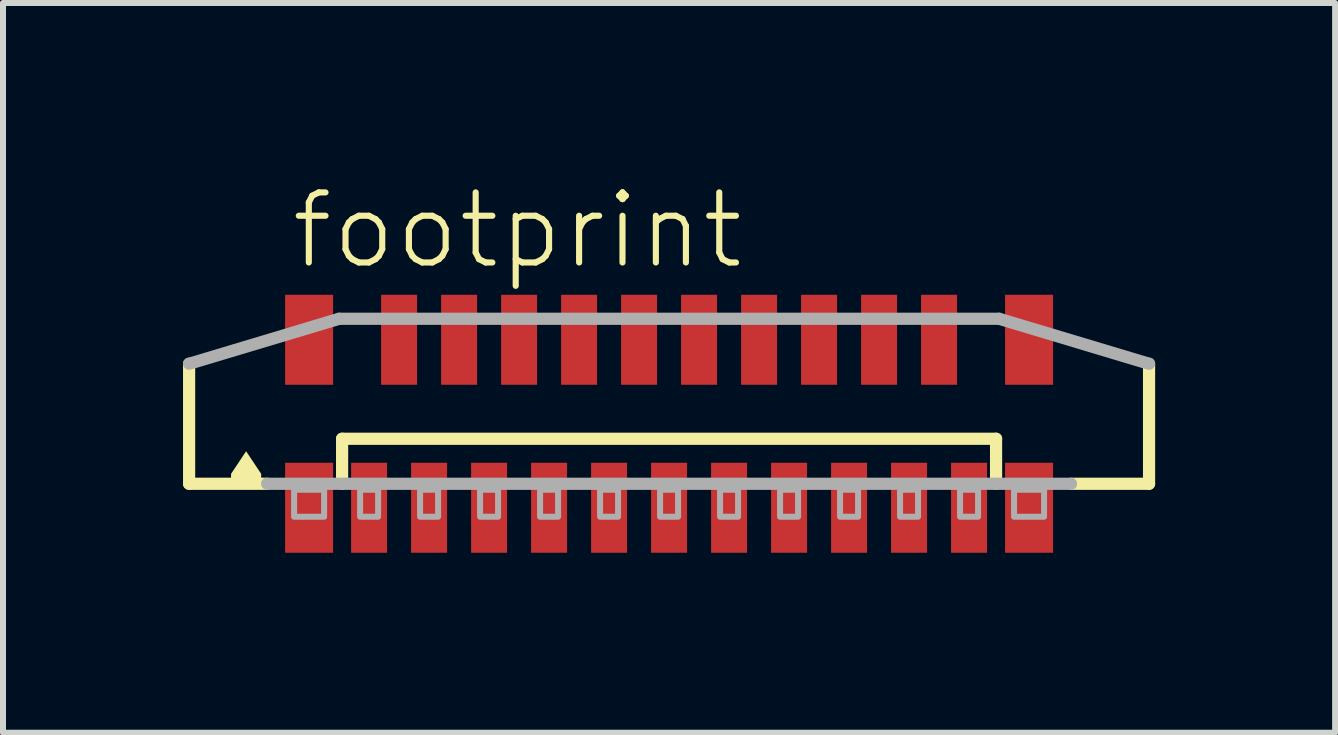
<source format=kicad_pcb>
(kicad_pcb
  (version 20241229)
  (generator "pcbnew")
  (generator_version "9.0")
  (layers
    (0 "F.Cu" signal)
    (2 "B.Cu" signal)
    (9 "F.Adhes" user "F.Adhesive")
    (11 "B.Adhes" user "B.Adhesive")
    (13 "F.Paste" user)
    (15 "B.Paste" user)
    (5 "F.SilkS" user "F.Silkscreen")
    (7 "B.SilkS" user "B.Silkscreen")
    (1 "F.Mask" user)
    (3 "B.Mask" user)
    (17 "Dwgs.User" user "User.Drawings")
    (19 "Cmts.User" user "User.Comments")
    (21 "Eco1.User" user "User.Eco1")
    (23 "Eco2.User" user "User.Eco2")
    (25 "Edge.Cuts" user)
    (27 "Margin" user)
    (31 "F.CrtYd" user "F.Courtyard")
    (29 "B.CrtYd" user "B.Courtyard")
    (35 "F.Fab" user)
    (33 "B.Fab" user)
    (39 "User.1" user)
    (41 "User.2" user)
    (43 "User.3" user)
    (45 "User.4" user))
  (footprint "footprint"
    (layer "F.Cu")
    (at 8.102 4.013)
    (property "Reference" "footprint" (at -6.35 -2.54 0) (layer "F.SilkS") (effects (font (size 1.168 1.168) (thickness 0.102)) (justify left bottom)))
    (fp_line (start -8 1) (end -8 -1) (stroke (width 0.203) (type solid)) (layer "F.SilkS"))
    (fp_line (start -6.7 1) (end -8 1) (stroke (width 0.203) (type solid)) (layer "F.SilkS"))
    (fp_line (start -5.45 0.25) (end 5.45 0.25) (stroke (width 0.203) (type solid)) (layer "F.SilkS"))
    (fp_line (start -5.45 1) (end -5.45 0.25) (stroke (width 0.203) (type solid)) (layer "F.SilkS"))
    (fp_line (start 5.45 0.25) (end 5.45 1) (stroke (width 0.203) (type solid)) (layer "F.SilkS"))
    (fp_line (start 8 -1) (end 8 1) (stroke (width 0.203) (type solid)) (layer "F.SilkS"))
    (fp_line (start 8 1) (end 6.7 1) (stroke (width 0.203) (type solid)) (layer "F.SilkS"))
    (fp_poly (pts (xy -6.799 0.835) (xy -6.799 1.001) (xy -7.301 1.001) (xy -7.301 0.835) (xy -7.05 0.458)) (stroke (width 0) (type solid)) (fill yes) (layer "F.SilkS"))
    (fp_line (start -8 -1) (end -5.5 -1.75) (stroke (width 0.203) (type solid)) (layer "F.Fab"))
    (fp_line (start -5.5 -1.75) (end 5.5 -1.75) (stroke (width 0.203) (type solid)) (layer "F.Fab"))
    (fp_line (start 5.5 -1.75) (end 8 -1) (stroke (width 0.203) (type solid)) (layer "F.Fab"))
    (fp_line (start 6.7 1) (end -6.7 1) (stroke (width 0.203) (type solid)) (layer "F.Fab"))
    (fp_poly (pts (xy -6.25 1.55) (xy -5.75 1.55) (xy -5.75 1.1) (xy -6.25 1.1)) (stroke (width 0.1) (type solid)) (fill no) (layer "F.Fab"))
    (fp_poly (pts (xy -5.15 1.55) (xy -4.85 1.55) (xy -4.85 1.1) (xy -5.15 1.1)) (stroke (width 0.1) (type solid)) (fill no) (layer "F.Fab"))
    (fp_poly (pts (xy -4.15 1.55) (xy -3.85 1.55) (xy -3.85 1.1) (xy -4.15 1.1)) (stroke (width 0.1) (type solid)) (fill no) (layer "F.Fab"))
    (fp_poly (pts (xy -3.15 1.55) (xy -2.85 1.55) (xy -2.85 1.1) (xy -3.15 1.1)) (stroke (width 0.1) (type solid)) (fill no) (layer "F.Fab"))
    (fp_poly (pts (xy -2.15 1.55) (xy -1.85 1.55) (xy -1.85 1.1) (xy -2.15 1.1)) (stroke (width 0.1) (type solid)) (fill no) (layer "F.Fab"))
    (fp_poly (pts (xy -1.15 1.55) (xy -0.85 1.55) (xy -0.85 1.1) (xy -1.15 1.1)) (stroke (width 0.1) (type solid)) (fill no) (layer "F.Fab"))
    (fp_poly (pts (xy -0.15 1.55) (xy 0.15 1.55) (xy 0.15 1.1) (xy -0.15 1.1)) (stroke (width 0.1) (type solid)) (fill no) (layer "F.Fab"))
    (fp_poly (pts (xy 0.85 1.55) (xy 1.15 1.55) (xy 1.15 1.1) (xy 0.85 1.1)) (stroke (width 0.1) (type solid)) (fill no) (layer "F.Fab"))
    (fp_poly (pts (xy 1.85 1.55) (xy 2.15 1.55) (xy 2.15 1.1) (xy 1.85 1.1)) (stroke (width 0.1) (type solid)) (fill no) (layer "F.Fab"))
    (fp_poly (pts (xy 2.85 1.55) (xy 3.15 1.55) (xy 3.15 1.1) (xy 2.85 1.1)) (stroke (width 0.1) (type solid)) (fill no) (layer "F.Fab"))
    (fp_poly (pts (xy 3.85 1.55) (xy 4.15 1.55) (xy 4.15 1.1) (xy 3.85 1.1)) (stroke (width 0.1) (type solid)) (fill no) (layer "F.Fab"))
    (fp_poly (pts (xy 4.85 1.55) (xy 5.15 1.55) (xy 5.15 1.1) (xy 4.85 1.1)) (stroke (width 0.1) (type solid)) (fill no) (layer "F.Fab"))
    (fp_poly (pts (xy 5.75 1.55) (xy 6.25 1.55) (xy 6.25 1.1) (xy 5.75 1.1)) (stroke (width 0.1) (type solid)) (fill no) (layer "F.Fab"))
    (pad "1" smd rect (at -5 1.4) (size 0.6 1.5) (layers "F.Cu" "F.Mask" "F.Paste"))
    (pad "2" smd rect (at -4.5 -1.4 180) (size 0.6 1.5) (layers "F.Cu" "F.Mask" "F.Paste"))
    (pad "3" smd rect (at -4 1.4) (size 0.6 1.5) (layers "F.Cu" "F.Mask" "F.Paste"))
    (pad "4" smd rect (at -3.5 -1.4 180) (size 0.6 1.5) (layers "F.Cu" "F.Mask" "F.Paste"))
    (pad "5" smd rect (at -3 1.4) (size 0.6 1.5) (layers "F.Cu" "F.Mask" "F.Paste"))
    (pad "6" smd rect (at -2.5 -1.4 180) (size 0.6 1.5) (layers "F.Cu" "F.Mask" "F.Paste"))
    (pad "7" smd rect (at -2 1.4) (size 0.6 1.5) (layers "F.Cu" "F.Mask" "F.Paste"))
    (pad "8" smd rect (at -1.5 -1.4 180) (size 0.6 1.5) (layers "F.Cu" "F.Mask" "F.Paste"))
    (pad "9" smd rect (at -1 1.4) (size 0.6 1.5) (layers "F.Cu" "F.Mask" "F.Paste"))
    (pad "10" smd rect (at -0.5 -1.4 180) (size 0.6 1.5) (layers "F.Cu" "F.Mask" "F.Paste"))
    (pad "11" smd rect (at 0 1.4) (size 0.6 1.5) (layers "F.Cu" "F.Mask" "F.Paste"))
    (pad "12" smd rect (at 0.5 -1.4 180) (size 0.6 1.5) (layers "F.Cu" "F.Mask" "F.Paste"))
    (pad "13" smd rect (at 1 1.4) (size 0.6 1.5) (layers "F.Cu" "F.Mask" "F.Paste"))
    (pad "14" smd rect (at 1.5 -1.4 180) (size 0.6 1.5) (layers "F.Cu" "F.Mask" "F.Paste"))
    (pad "15" smd rect (at 2 1.4) (size 0.6 1.5) (layers "F.Cu" "F.Mask" "F.Paste"))
    (pad "16" smd rect (at 2.5 -1.4 180) (size 0.6 1.5) (layers "F.Cu" "F.Mask" "F.Paste"))
    (pad "17" smd rect (at 3 1.4) (size 0.6 1.5) (layers "F.Cu" "F.Mask" "F.Paste"))
    (pad "18" smd rect (at 3.5 -1.4 180) (size 0.6 1.5) (layers "F.Cu" "F.Mask" "F.Paste"))
    (pad "19" smd rect (at 4 1.4) (size 0.6 1.5) (layers "F.Cu" "F.Mask" "F.Paste"))
    (pad "20" smd rect (at 4.5 -1.4 180) (size 0.6 1.5) (layers "F.Cu" "F.Mask" "F.Paste"))
    (pad "21" smd rect (at 5 1.4) (size 0.6 1.5) (layers "F.Cu" "F.Mask" "F.Paste"))
    (pad "M1" smd rect (at -6 1.4) (size 0.8 1.5) (layers "F.Cu" "F.Mask" "F.Paste"))
    (pad "M2" smd rect (at 6 1.4) (size 0.8 1.5) (layers "F.Cu" "F.Mask" "F.Paste"))
    (pad "M3" smd rect (at 6 -1.4 180) (size 0.8 1.5) (layers "F.Cu" "F.Mask" "F.Paste"))
    (pad "M4" smd rect (at -6 -1.4 180) (size 0.8 1.5) (layers "F.Cu" "F.Mask" "F.Paste")))
  (gr_rect
    (start -3 -3)
    (end 19.203 9.163)
    (stroke (width 0.1) (type default))
    (fill no)
    (layer "Edge.Cuts")))
</source>
